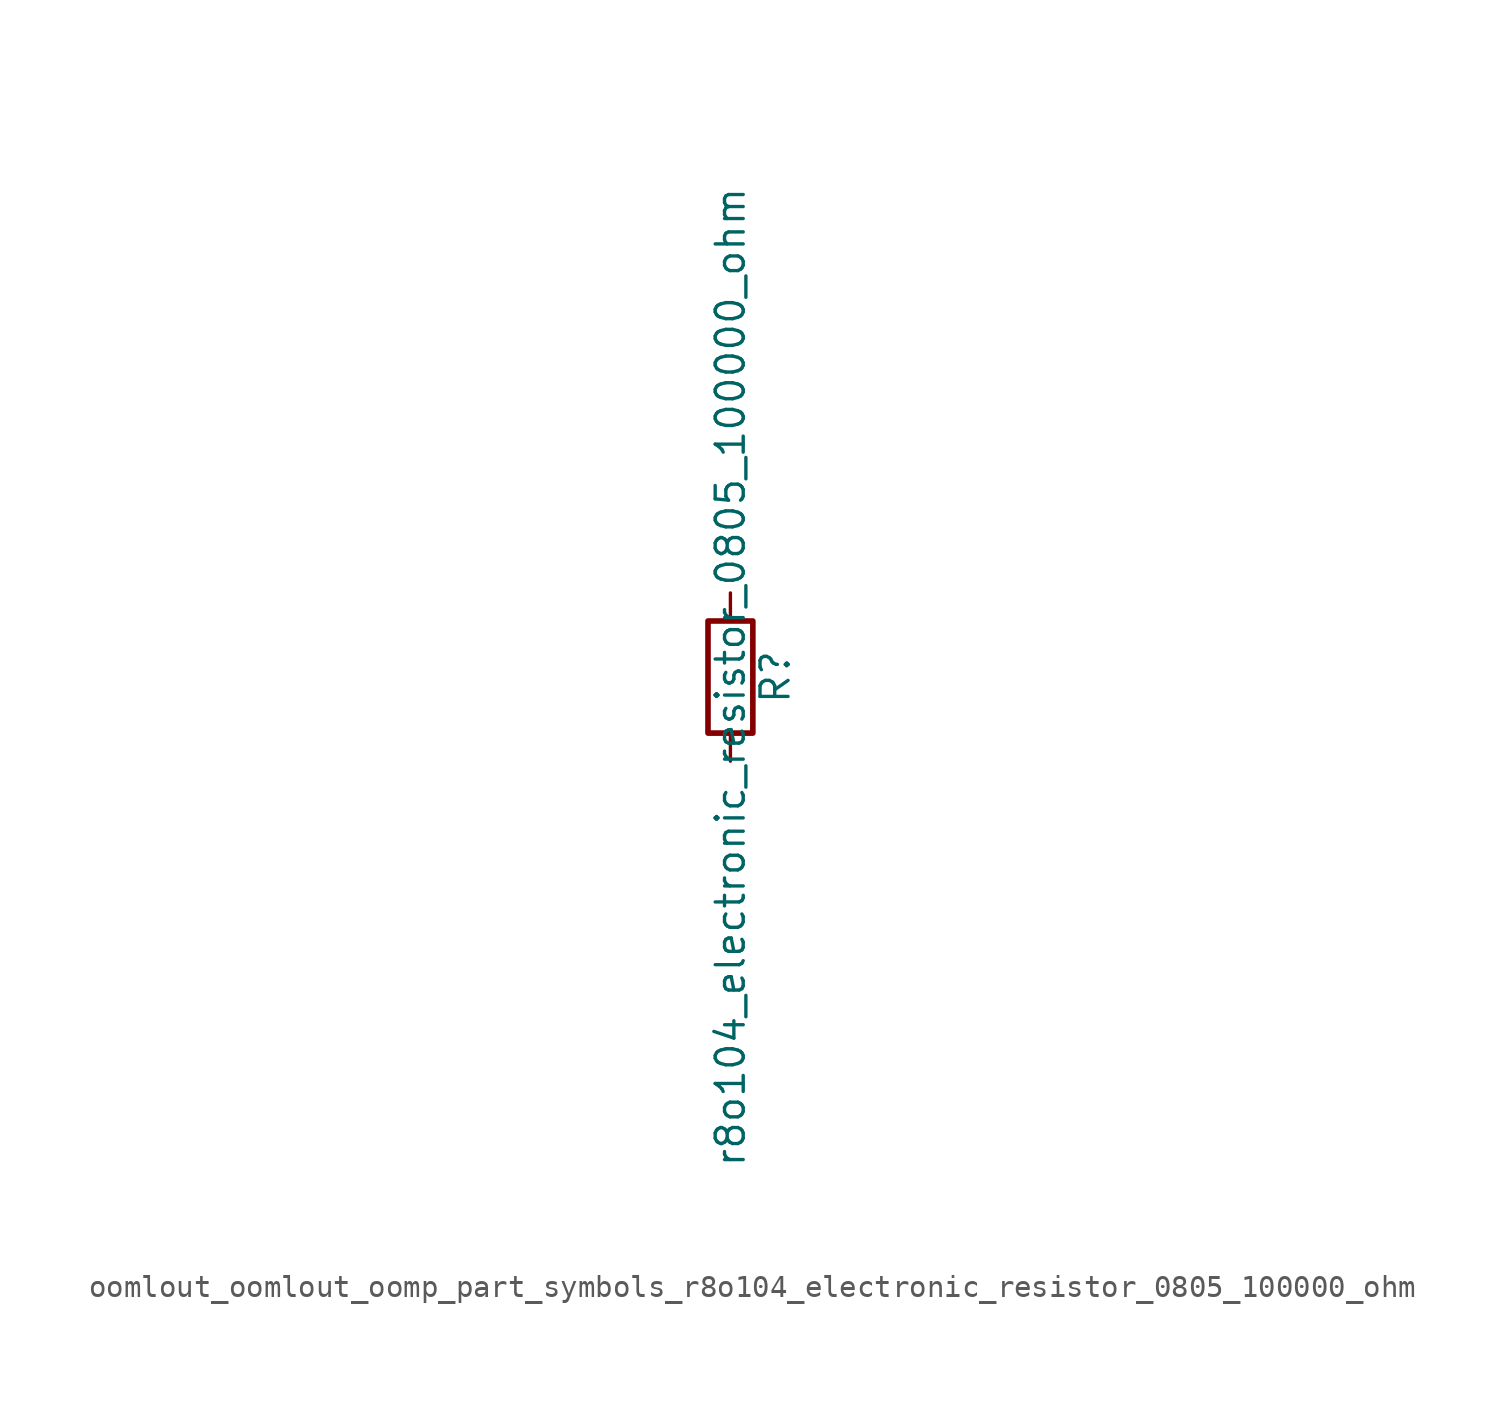
<source format=kicad_sym>
(kicad_symbol_lib
  (version 20220914)
  (generator kicad_symbol_editor)
  (symbol "oomlout_oomlout_oomp_part_symbols_r8o104_electronic_resistor_0805_100000_ohm"
    (pin_numbers hide)
    (pin_names
      (offset 0))
    (property "Reference" "R"
      (at 2.032 0 90)
      (effects (font (size 1.27 1.27))))
    (property "Value" "r8o104_electronic_resistor_0805_100000_ohm"
      (at 0 0 90)
      (effects (font (size 1.27 1.27))))
    (symbol "oomlout_oomlout_oomp_part_symbols_r8o104_electronic_resistor_0805_100000_ohm_0_1"
      (rectangle (start -1.016 -2.54) (end 1.016 2.54) (stroke (width 0.254) (type default)) (fill (type none))))
    (symbol "oomlout_oomlout_oomp_part_symbols_r8o104_electronic_resistor_0805_100000_ohm_1_1"
      (pin passive line (at 0 3.81 270) (length 1.27) (name "~" (effects (font (size 1.27 1.27)))) (number "1" (effects (font (size 1.27 1.27)))))
      (pin passive line (at 0 -3.81 90) (length 1.27) (name "~" (effects (font (size 1.27 1.27)))) (number "2" (effects (font (size 1.27 1.27))))))))
</source>
